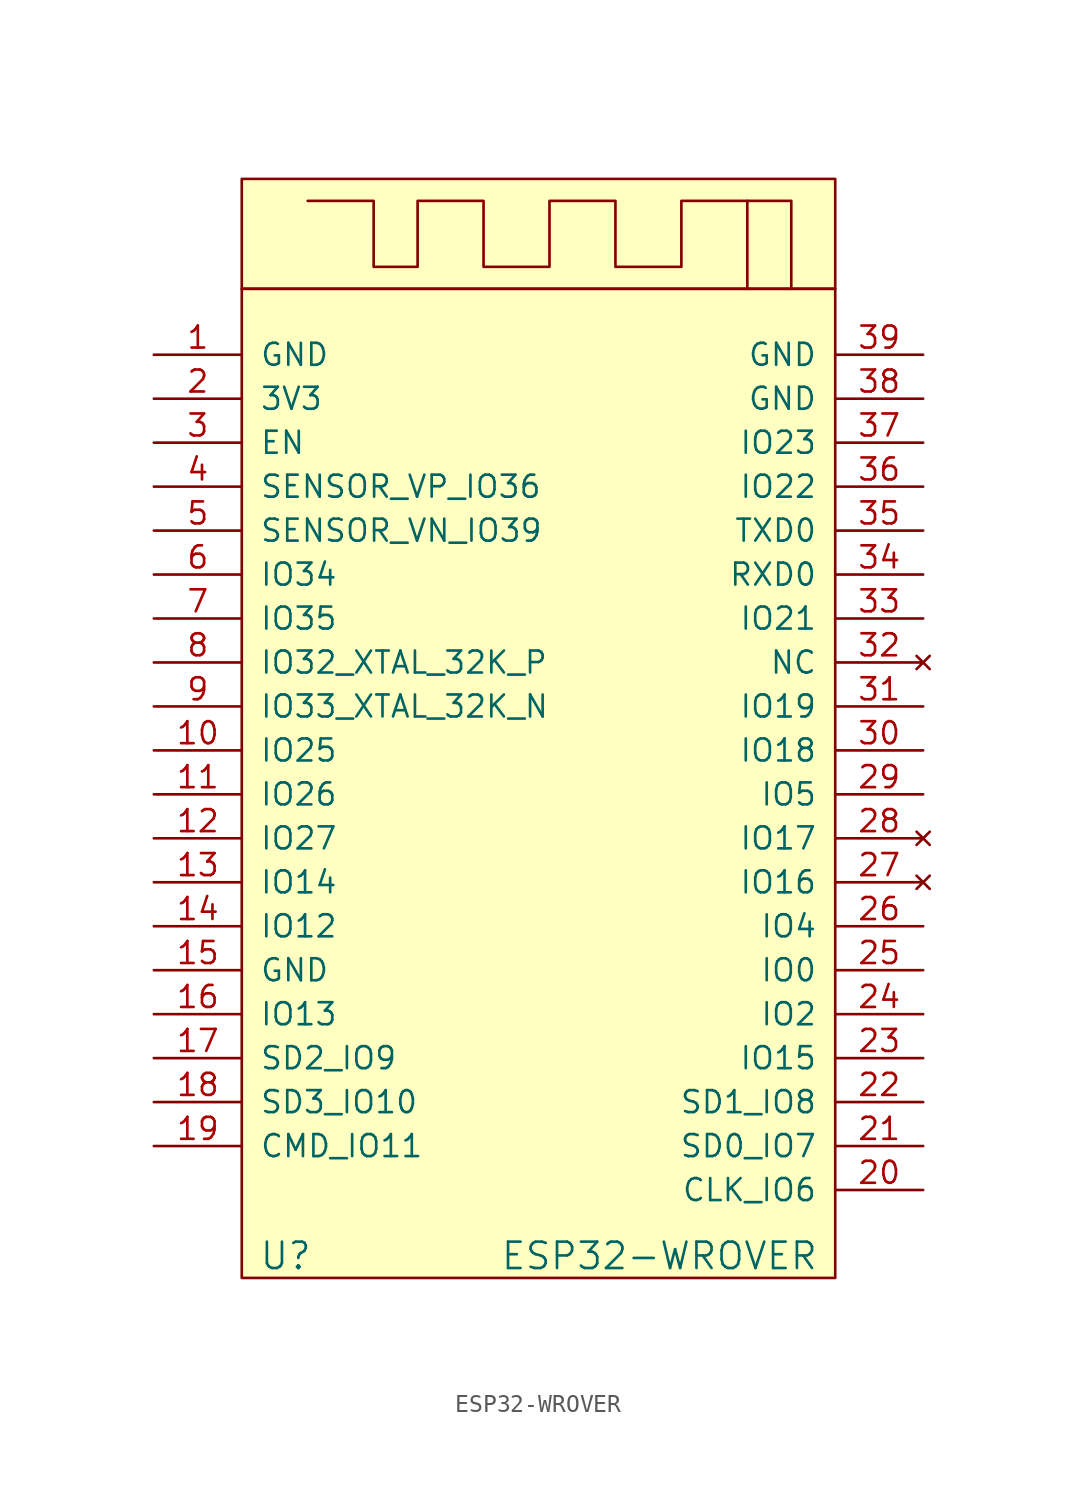
<source format=kicad_sym>
(kicad_symbol_lib
  (version 20231120)
  (generator "kicad_symbol_editor")
  (generator_version "8.0")
  (symbol "ESP32-WROVER"
    (pin_names
      (offset 1.016))
    (property "Reference" "U"
      (at -15.24 -33.02 0)
      (effects (font (size 1.524 1.524))))
    (property "Value" "ESP32-WROVER"
      (at 6.35 -33.02 0)
      (effects (font (size 1.524 1.524))))
    (symbol "ESP32-WROVER_0_1"
      (rectangle (start -17.78 22.86) (end 16.51 -34.29) (stroke (width 0) (type solid)) (fill (type background)))
      (rectangle (start -17.78 29.21) (end 16.51 22.86) (stroke (width 0) (type solid)) (fill (type background)))
      (polyline (pts (xy 11.43 27.94) (xy 13.97 27.94) (xy 13.97 22.86)) (stroke (width 0) (type solid)) (fill (type none)))
      (polyline (pts (xy -13.97 27.94) (xy -10.16 27.94) (xy -10.16 24.13) (xy -7.62 24.13) (xy -7.62 27.94) (xy -3.81 27.94) (xy -3.81 24.13) (xy 0 24.13) (xy 0 27.94) (xy 3.81 27.94) (xy 3.81 24.13) (xy 7.62 24.13) (xy 7.62 27.94) (xy 11.43 27.94) (xy 11.43 22.86)) (stroke (width 0) (type solid)) (fill (type none))))
    (symbol "ESP32-WROVER_1_1"
      (pin power_in line (at -22.86 19.05 0) (length 5.08) (name "GND" (effects (font (size 1.27 1.27)))) (number "1" (effects (font (size 1.27 1.27)))))
      (pin bidirectional line (at -22.86 -3.81 0) (length 5.08) (name "IO25" (effects (font (size 1.27 1.27)))) (number "10" (effects (font (size 1.27 1.27)))))
      (pin bidirectional line (at -22.86 -6.35 0) (length 5.08) (name "IO26" (effects (font (size 1.27 1.27)))) (number "11" (effects (font (size 1.27 1.27)))))
      (pin bidirectional line (at -22.86 -8.89 0) (length 5.08) (name "IO27" (effects (font (size 1.27 1.27)))) (number "12" (effects (font (size 1.27 1.27)))))
      (pin bidirectional line (at -22.86 -11.43 0) (length 5.08) (name "IO14" (effects (font (size 1.27 1.27)))) (number "13" (effects (font (size 1.27 1.27)))))
      (pin bidirectional line (at -22.86 -13.97 0) (length 5.08) (name "IO12" (effects (font (size 1.27 1.27)))) (number "14" (effects (font (size 1.27 1.27)))))
      (pin power_in line (at -22.86 -16.51 0) (length 5.08) (name "GND" (effects (font (size 1.27 1.27)))) (number "15" (effects (font (size 1.27 1.27)))))
      (pin bidirectional line (at -22.86 -19.05 0) (length 5.08) (name "IO13" (effects (font (size 1.27 1.27)))) (number "16" (effects (font (size 1.27 1.27)))))
      (pin bidirectional line (at -22.86 -21.59 0) (length 5.08) (name "SD2_IO9" (effects (font (size 1.27 1.27)))) (number "17" (effects (font (size 1.27 1.27)))))
      (pin bidirectional line (at -22.86 -24.13 0) (length 5.08) (name "SD3_IO10" (effects (font (size 1.27 1.27)))) (number "18" (effects (font (size 1.27 1.27)))))
      (pin bidirectional line (at -22.86 -26.67 0) (length 5.08) (name "CMD_IO11" (effects (font (size 1.27 1.27)))) (number "19" (effects (font (size 1.27 1.27)))))
      (pin power_in line (at -22.86 16.51 0) (length 5.08) (name "3V3" (effects (font (size 1.27 1.27)))) (number "2" (effects (font (size 1.27 1.27)))))
      (pin bidirectional line (at 21.59 -29.21 180) (length 5.08) (name "CLK_IO6" (effects (font (size 1.27 1.27)))) (number "20" (effects (font (size 1.27 1.27)))))
      (pin bidirectional line (at 21.59 -26.67 180) (length 5.08) (name "SD0_IO7" (effects (font (size 1.27 1.27)))) (number "21" (effects (font (size 1.27 1.27)))))
      (pin bidirectional line (at 21.59 -24.13 180) (length 5.08) (name "SD1_IO8" (effects (font (size 1.27 1.27)))) (number "22" (effects (font (size 1.27 1.27)))))
      (pin bidirectional line (at 21.59 -21.59 180) (length 5.08) (name "IO15" (effects (font (size 1.27 1.27)))) (number "23" (effects (font (size 1.27 1.27)))))
      (pin bidirectional line (at 21.59 -19.05 180) (length 5.08) (name "IO2" (effects (font (size 1.27 1.27)))) (number "24" (effects (font (size 1.27 1.27)))))
      (pin bidirectional line (at 21.59 -16.51 180) (length 5.08) (name "IO0" (effects (font (size 1.27 1.27)))) (number "25" (effects (font (size 1.27 1.27)))))
      (pin bidirectional line (at 21.59 -13.97 180) (length 5.08) (name "IO4" (effects (font (size 1.27 1.27)))) (number "26" (effects (font (size 1.27 1.27)))))
      (pin no_connect line (at 21.59 -11.43 180) (length 5.08) (name "IO16" (effects (font (size 1.27 1.27)))) (number "27" (effects (font (size 1.27 1.27)))))
      (pin no_connect line (at 21.59 -8.89 180) (length 5.08) (name "IO17" (effects (font (size 1.27 1.27)))) (number "28" (effects (font (size 1.27 1.27)))))
      (pin bidirectional line (at 21.59 -6.35 180) (length 5.08) (name "IO5" (effects (font (size 1.27 1.27)))) (number "29" (effects (font (size 1.27 1.27)))))
      (pin input line (at -22.86 13.97 0) (length 5.08) (name "EN" (effects (font (size 1.27 1.27)))) (number "3" (effects (font (size 1.27 1.27)))))
      (pin bidirectional line (at 21.59 -3.81 180) (length 5.08) (name "IO18" (effects (font (size 1.27 1.27)))) (number "30" (effects (font (size 1.27 1.27)))))
      (pin bidirectional line (at 21.59 -1.27 180) (length 5.08) (name "IO19" (effects (font (size 1.27 1.27)))) (number "31" (effects (font (size 1.27 1.27)))))
      (pin no_connect line (at 21.59 1.27 180) (length 5.08) (name "NC" (effects (font (size 1.27 1.27)))) (number "32" (effects (font (size 1.27 1.27)))))
      (pin bidirectional line (at 21.59 3.81 180) (length 5.08) (name "IO21" (effects (font (size 1.27 1.27)))) (number "33" (effects (font (size 1.27 1.27)))))
      (pin input line (at 21.59 6.35 180) (length 5.08) (name "RXD0" (effects (font (size 1.27 1.27)))) (number "34" (effects (font (size 1.27 1.27)))))
      (pin output line (at 21.59 8.89 180) (length 5.08) (name "TXD0" (effects (font (size 1.27 1.27)))) (number "35" (effects (font (size 1.27 1.27)))))
      (pin bidirectional line (at 21.59 11.43 180) (length 5.08) (name "IO22" (effects (font (size 1.27 1.27)))) (number "36" (effects (font (size 1.27 1.27)))))
      (pin bidirectional line (at 21.59 13.97 180) (length 5.08) (name "IO23" (effects (font (size 1.27 1.27)))) (number "37" (effects (font (size 1.27 1.27)))))
      (pin power_in line (at 21.59 16.51 180) (length 5.08) (name "GND" (effects (font (size 1.27 1.27)))) (number "38" (effects (font (size 1.27 1.27)))))
      (pin power_in line (at 21.59 19.05 180) (length 5.08) (name "GND" (effects (font (size 1.27 1.27)))) (number "39" (effects (font (size 1.27 1.27)))))
      (pin input line (at -22.86 11.43 0) (length 5.08) (name "SENSOR_VP_IO36" (effects (font (size 1.27 1.27)))) (number "4" (effects (font (size 1.27 1.27)))))
      (pin input line (at -22.86 8.89 0) (length 5.08) (name "SENSOR_VN_IO39" (effects (font (size 1.27 1.27)))) (number "5" (effects (font (size 1.27 1.27)))))
      (pin input line (at -22.86 6.35 0) (length 5.08) (name "IO34" (effects (font (size 1.27 1.27)))) (number "6" (effects (font (size 1.27 1.27)))))
      (pin input line (at -22.86 3.81 0) (length 5.08) (name "IO35" (effects (font (size 1.27 1.27)))) (number "7" (effects (font (size 1.27 1.27)))))
      (pin bidirectional line (at -22.86 1.27 0) (length 5.08) (name "IO32_XTAL_32K_P" (effects (font (size 1.27 1.27)))) (number "8" (effects (font (size 1.27 1.27)))))
      (pin bidirectional line (at -22.86 -1.27 0) (length 5.08) (name "IO33_XTAL_32K_N" (effects (font (size 1.27 1.27)))) (number "9" (effects (font (size 1.27 1.27))))))))
</source>
